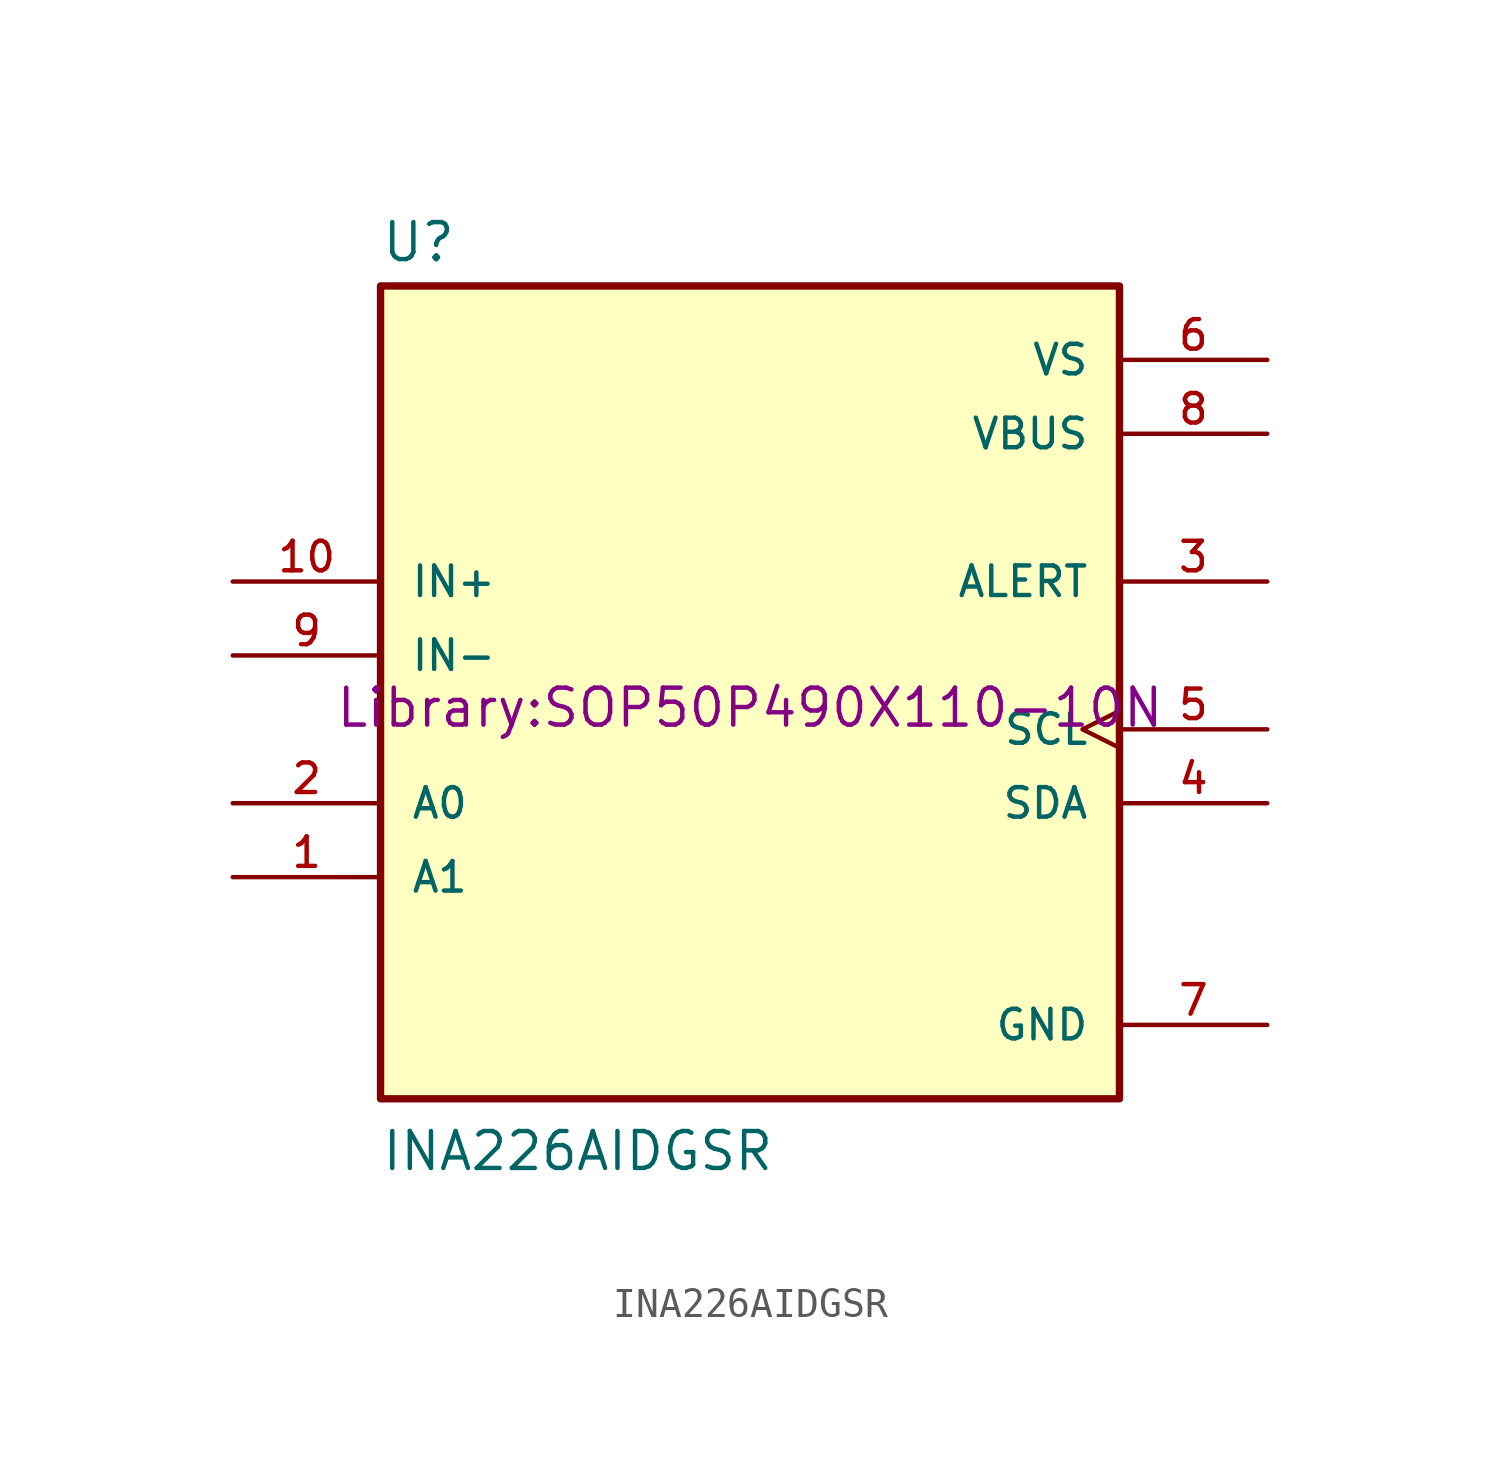
<source format=kicad_sym>
(kicad_symbol_lib
  (version 20220914)
  (generator kicad_symbol_editor)
  (symbol "INA226AIDGSR"
    (pin_names
      (offset 1.016))
    (property "Reference" "U"
      (at -12.7 16.002 0)
      (effects (font (size 1.27 1.27)) (justify left bottom)))
    (property "Value" "INA226AIDGSR"
      (at -12.7 -15.24 0)
      (effects (font (size 1.27 1.27)) (justify left bottom)))
    (property "Footprint" "Library:SOP50P490X110-10N"
      (at 0 0 0)
      (effects (font (size 1.27 1.27)) (justify bottom)))
    (symbol "INA226AIDGSR_0_0"
      (rectangle (start -12.7 -12.7) (end 12.7 15.24) (stroke (width 0.254) (type default)) (fill (type background)))
      (pin input line (at -17.78 -5.08 0) (length 5.08) (name "A1" (effects (font (size 1.016 1.016)))) (number "1" (effects (font (size 1.016 1.016)))))
      (pin input line (at -17.78 5.08 0) (length 5.08) (name "IN+" (effects (font (size 1.016 1.016)))) (number "10" (effects (font (size 1.016 1.016)))))
      (pin input line (at -17.78 -2.54 0) (length 5.08) (name "A0" (effects (font (size 1.016 1.016)))) (number "2" (effects (font (size 1.016 1.016)))))
      (pin output line (at 17.78 5.08 180) (length 5.08) (name "ALERT" (effects (font (size 1.016 1.016)))) (number "3" (effects (font (size 1.016 1.016)))))
      (pin bidirectional line (at 17.78 -2.54 180) (length 5.08) (name "SDA" (effects (font (size 1.016 1.016)))) (number "4" (effects (font (size 1.016 1.016)))))
      (pin input clock (at 17.78 0 180) (length 5.08) (name "SCL" (effects (font (size 1.016 1.016)))) (number "5" (effects (font (size 1.016 1.016)))))
      (pin power_in line (at 17.78 12.7 180) (length 5.08) (name "VS" (effects (font (size 1.016 1.016)))) (number "6" (effects (font (size 1.016 1.016)))))
      (pin power_in line (at 17.78 -10.16 180) (length 5.08) (name "GND" (effects (font (size 1.016 1.016)))) (number "7" (effects (font (size 1.016 1.016)))))
      (pin power_in line (at 17.78 10.16 180) (length 5.08) (name "VBUS" (effects (font (size 1.016 1.016)))) (number "8" (effects (font (size 1.016 1.016)))))
      (pin input line (at -17.78 2.54 0) (length 5.08) (name "IN-" (effects (font (size 1.016 1.016)))) (number "9" (effects (font (size 1.016 1.016))))))))
</source>
